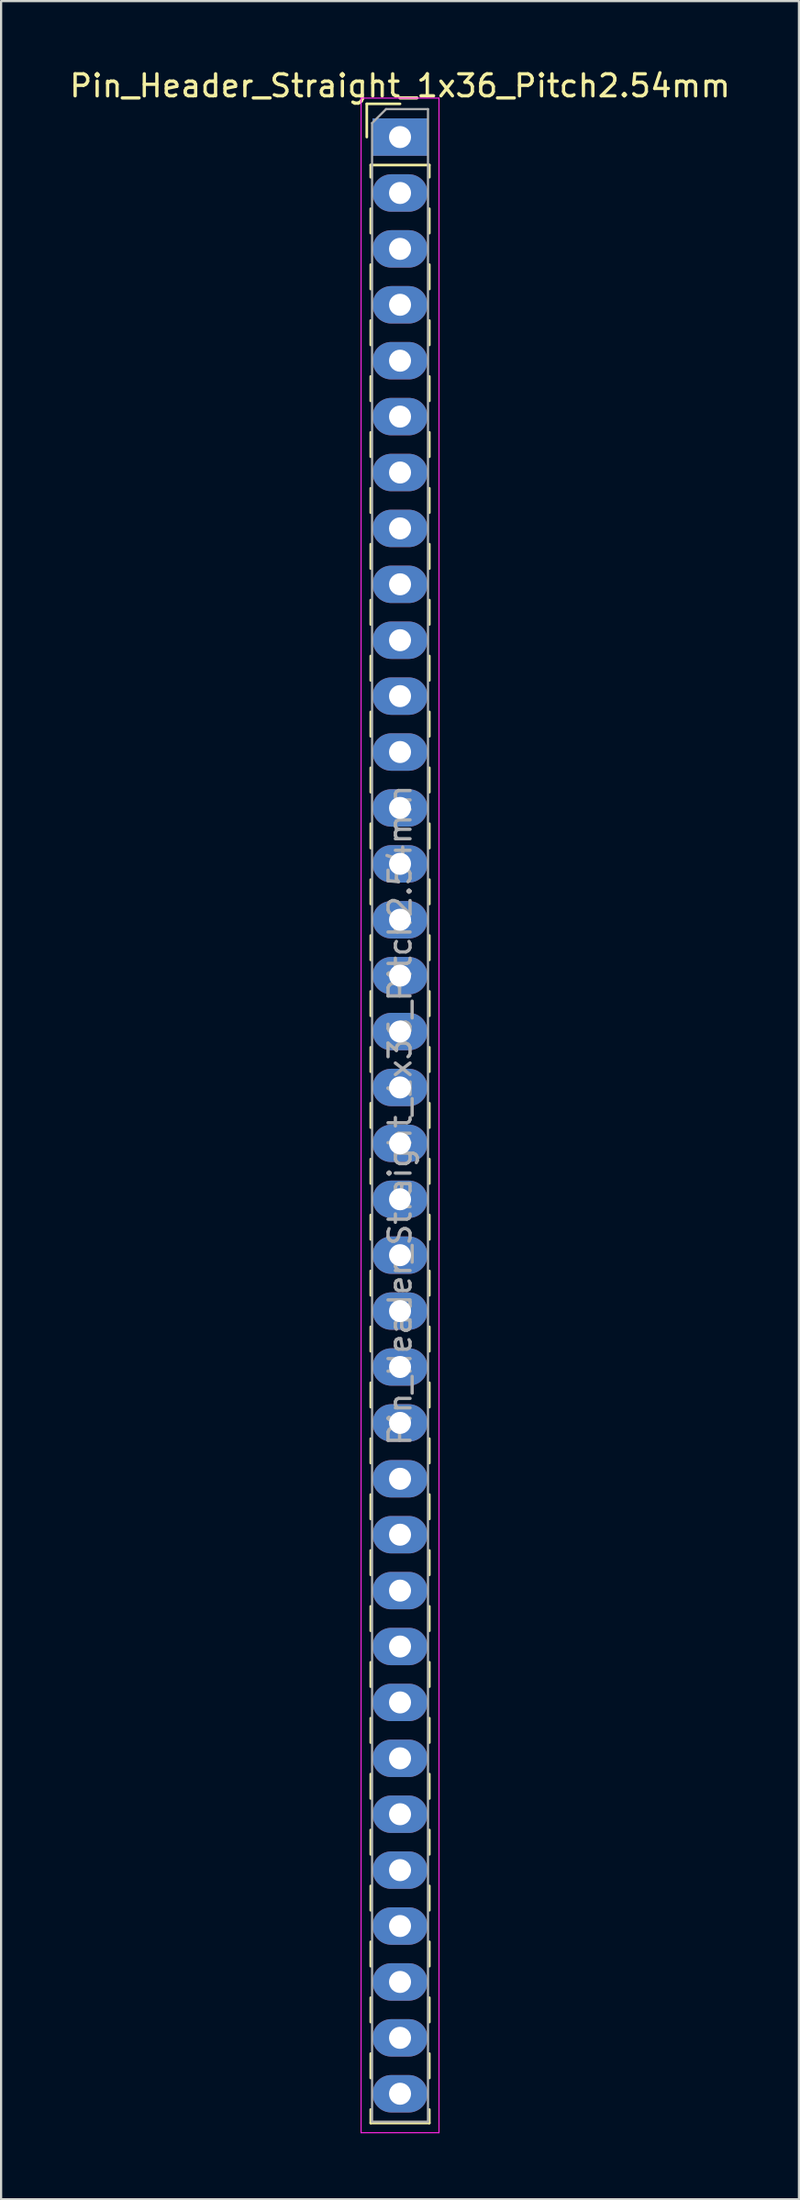
<source format=kicad_pcb>
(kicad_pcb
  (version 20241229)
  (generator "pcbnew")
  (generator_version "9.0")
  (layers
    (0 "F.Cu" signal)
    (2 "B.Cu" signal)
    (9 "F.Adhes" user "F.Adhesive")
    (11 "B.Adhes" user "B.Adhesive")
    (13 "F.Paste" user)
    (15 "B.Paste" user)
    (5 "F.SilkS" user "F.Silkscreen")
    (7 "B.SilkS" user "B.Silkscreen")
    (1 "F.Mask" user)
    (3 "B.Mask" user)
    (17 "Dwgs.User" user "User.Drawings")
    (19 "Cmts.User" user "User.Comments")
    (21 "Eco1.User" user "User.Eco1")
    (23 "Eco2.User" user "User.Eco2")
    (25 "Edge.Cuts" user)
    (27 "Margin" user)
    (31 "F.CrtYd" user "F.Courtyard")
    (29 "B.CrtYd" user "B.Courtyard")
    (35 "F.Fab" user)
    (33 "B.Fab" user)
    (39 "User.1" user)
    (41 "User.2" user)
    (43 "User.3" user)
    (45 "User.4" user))
  (footprint "Pin_Header_Straight_1x36_Pitch2.54mm"
    (layer "F.Cu")
    (at 15.125 3.178)
    (property "Reference" "Pin_Header_Straight_1x36_Pitch2.54mm" (at 0 -2.33 0) (layer "F.SilkS") (effects (font (size 1 1) (thickness 0.15))))
    (attr through_hole)
    (fp_line (start -1.51 -1.51) (end 0 -1.51) (stroke (width 0.12) (type solid)) (layer "F.SilkS"))
    (fp_line (start -1.51 0) (end -1.51 -1.51) (stroke (width 0.12) (type solid)) (layer "F.SilkS"))
    (fp_line (start -1.33 1.27) (end -1.33 1.825) (stroke (width 0.12) (type solid)) (layer "F.SilkS"))
    (fp_line (start -1.33 1.27) (end 1.33 1.27) (stroke (width 0.12) (type solid)) (layer "F.SilkS"))
    (fp_line (start -1.33 3.255) (end -1.33 4.365) (stroke (width 0.12) (type solid)) (layer "F.SilkS"))
    (fp_line (start -1.33 5.795) (end -1.33 6.905) (stroke (width 0.12) (type solid)) (layer "F.SilkS"))
    (fp_line (start -1.33 8.335) (end -1.33 9.445) (stroke (width 0.12) (type solid)) (layer "F.SilkS"))
    (fp_line (start -1.33 10.875) (end -1.33 11.985) (stroke (width 0.12) (type solid)) (layer "F.SilkS"))
    (fp_line (start -1.33 13.415) (end -1.33 14.525) (stroke (width 0.12) (type solid)) (layer "F.SilkS"))
    (fp_line (start -1.33 15.955) (end -1.33 17.065) (stroke (width 0.12) (type solid)) (layer "F.SilkS"))
    (fp_line (start -1.33 18.495) (end -1.33 19.605) (stroke (width 0.12) (type solid)) (layer "F.SilkS"))
    (fp_line (start -1.33 21.035) (end -1.33 22.145) (stroke (width 0.12) (type solid)) (layer "F.SilkS"))
    (fp_line (start -1.33 23.575) (end -1.33 24.685) (stroke (width 0.12) (type solid)) (layer "F.SilkS"))
    (fp_line (start -1.33 26.115) (end -1.33 27.225) (stroke (width 0.12) (type solid)) (layer "F.SilkS"))
    (fp_line (start -1.33 28.655) (end -1.33 29.765) (stroke (width 0.12) (type solid)) (layer "F.SilkS"))
    (fp_line (start -1.33 31.195) (end -1.33 32.305) (stroke (width 0.12) (type solid)) (layer "F.SilkS"))
    (fp_line (start -1.33 33.735) (end -1.33 34.845) (stroke (width 0.12) (type solid)) (layer "F.SilkS"))
    (fp_line (start -1.33 36.275) (end -1.33 37.385) (stroke (width 0.12) (type solid)) (layer "F.SilkS"))
    (fp_line (start -1.33 38.815) (end -1.33 39.925) (stroke (width 0.12) (type solid)) (layer "F.SilkS"))
    (fp_line (start -1.33 41.355) (end -1.33 42.465) (stroke (width 0.12) (type solid)) (layer "F.SilkS"))
    (fp_line (start -1.33 43.895) (end -1.33 45.005) (stroke (width 0.12) (type solid)) (layer "F.SilkS"))
    (fp_line (start -1.33 46.435) (end -1.33 47.545) (stroke (width 0.12) (type solid)) (layer "F.SilkS"))
    (fp_line (start -1.33 48.975) (end -1.33 50.085) (stroke (width 0.12) (type solid)) (layer "F.SilkS"))
    (fp_line (start -1.33 51.515) (end -1.33 52.625) (stroke (width 0.12) (type solid)) (layer "F.SilkS"))
    (fp_line (start -1.33 54.055) (end -1.33 55.165) (stroke (width 0.12) (type solid)) (layer "F.SilkS"))
    (fp_line (start -1.33 56.595) (end -1.33 57.705) (stroke (width 0.12) (type solid)) (layer "F.SilkS"))
    (fp_line (start -1.33 59.135) (end -1.33 60.245) (stroke (width 0.12) (type solid)) (layer "F.SilkS"))
    (fp_line (start -1.33 61.675) (end -1.33 62.785) (stroke (width 0.12) (type solid)) (layer "F.SilkS"))
    (fp_line (start -1.33 64.215) (end -1.33 65.325) (stroke (width 0.12) (type solid)) (layer "F.SilkS"))
    (fp_line (start -1.33 66.755) (end -1.33 67.865) (stroke (width 0.12) (type solid)) (layer "F.SilkS"))
    (fp_line (start -1.33 69.295) (end -1.33 70.405) (stroke (width 0.12) (type solid)) (layer "F.SilkS"))
    (fp_line (start -1.33 71.835) (end -1.33 72.945) (stroke (width 0.12) (type solid)) (layer "F.SilkS"))
    (fp_line (start -1.33 74.375) (end -1.33 75.485) (stroke (width 0.12) (type solid)) (layer "F.SilkS"))
    (fp_line (start -1.33 76.915) (end -1.33 78.025) (stroke (width 0.12) (type solid)) (layer "F.SilkS"))
    (fp_line (start -1.33 79.455) (end -1.33 80.565) (stroke (width 0.12) (type solid)) (layer "F.SilkS"))
    (fp_line (start -1.33 81.995) (end -1.33 83.105) (stroke (width 0.12) (type solid)) (layer "F.SilkS"))
    (fp_line (start -1.33 84.535) (end -1.33 85.645) (stroke (width 0.12) (type solid)) (layer "F.SilkS"))
    (fp_line (start -1.33 87.075) (end -1.33 88.185) (stroke (width 0.12) (type solid)) (layer "F.SilkS"))
    (fp_line (start -1.33 89.615) (end -1.33 90.23) (stroke (width 0.12) (type solid)) (layer "F.SilkS"))
    (fp_line (start -1.33 90.23) (end 1.33 90.23) (stroke (width 0.12) (type solid)) (layer "F.SilkS"))
    (fp_line (start 1.33 1.27) (end 1.33 1.825) (stroke (width 0.12) (type solid)) (layer "F.SilkS"))
    (fp_line (start 1.33 3.255) (end 1.33 4.365) (stroke (width 0.12) (type solid)) (layer "F.SilkS"))
    (fp_line (start 1.33 5.795) (end 1.33 6.905) (stroke (width 0.12) (type solid)) (layer "F.SilkS"))
    (fp_line (start 1.33 8.335) (end 1.33 9.445) (stroke (width 0.12) (type solid)) (layer "F.SilkS"))
    (fp_line (start 1.33 10.875) (end 1.33 11.985) (stroke (width 0.12) (type solid)) (layer "F.SilkS"))
    (fp_line (start 1.33 13.415) (end 1.33 14.525) (stroke (width 0.12) (type solid)) (layer "F.SilkS"))
    (fp_line (start 1.33 15.955) (end 1.33 17.065) (stroke (width 0.12) (type solid)) (layer "F.SilkS"))
    (fp_line (start 1.33 18.495) (end 1.33 19.605) (stroke (width 0.12) (type solid)) (layer "F.SilkS"))
    (fp_line (start 1.33 21.035) (end 1.33 22.145) (stroke (width 0.12) (type solid)) (layer "F.SilkS"))
    (fp_line (start 1.33 23.575) (end 1.33 24.685) (stroke (width 0.12) (type solid)) (layer "F.SilkS"))
    (fp_line (start 1.33 26.115) (end 1.33 27.225) (stroke (width 0.12) (type solid)) (layer "F.SilkS"))
    (fp_line (start 1.33 28.655) (end 1.33 29.765) (stroke (width 0.12) (type solid)) (layer "F.SilkS"))
    (fp_line (start 1.33 31.195) (end 1.33 32.305) (stroke (width 0.12) (type solid)) (layer "F.SilkS"))
    (fp_line (start 1.33 33.735) (end 1.33 34.845) (stroke (width 0.12) (type solid)) (layer "F.SilkS"))
    (fp_line (start 1.33 36.275) (end 1.33 37.385) (stroke (width 0.12) (type solid)) (layer "F.SilkS"))
    (fp_line (start 1.33 38.815) (end 1.33 39.925) (stroke (width 0.12) (type solid)) (layer "F.SilkS"))
    (fp_line (start 1.33 41.355) (end 1.33 42.465) (stroke (width 0.12) (type solid)) (layer "F.SilkS"))
    (fp_line (start 1.33 43.895) (end 1.33 45.005) (stroke (width 0.12) (type solid)) (layer "F.SilkS"))
    (fp_line (start 1.33 46.435) (end 1.33 47.545) (stroke (width 0.12) (type solid)) (layer "F.SilkS"))
    (fp_line (start 1.33 48.975) (end 1.33 50.085) (stroke (width 0.12) (type solid)) (layer "F.SilkS"))
    (fp_line (start 1.33 51.515) (end 1.33 52.625) (stroke (width 0.12) (type solid)) (layer "F.SilkS"))
    (fp_line (start 1.33 54.055) (end 1.33 55.165) (stroke (width 0.12) (type solid)) (layer "F.SilkS"))
    (fp_line (start 1.33 56.595) (end 1.33 57.705) (stroke (width 0.12) (type solid)) (layer "F.SilkS"))
    (fp_line (start 1.33 59.135) (end 1.33 60.245) (stroke (width 0.12) (type solid)) (layer "F.SilkS"))
    (fp_line (start 1.33 61.675) (end 1.33 62.785) (stroke (width 0.12) (type solid)) (layer "F.SilkS"))
    (fp_line (start 1.33 64.215) (end 1.33 65.325) (stroke (width 0.12) (type solid)) (layer "F.SilkS"))
    (fp_line (start 1.33 66.755) (end 1.33 67.865) (stroke (width 0.12) (type solid)) (layer "F.SilkS"))
    (fp_line (start 1.33 69.295) (end 1.33 70.405) (stroke (width 0.12) (type solid)) (layer "F.SilkS"))
    (fp_line (start 1.33 71.835) (end 1.33 72.945) (stroke (width 0.12) (type solid)) (layer "F.SilkS"))
    (fp_line (start 1.33 74.375) (end 1.33 75.485) (stroke (width 0.12) (type solid)) (layer "F.SilkS"))
    (fp_line (start 1.33 76.915) (end 1.33 78.025) (stroke (width 0.12) (type solid)) (layer "F.SilkS"))
    (fp_line (start 1.33 79.455) (end 1.33 80.565) (stroke (width 0.12) (type solid)) (layer "F.SilkS"))
    (fp_line (start 1.33 81.995) (end 1.33 83.105) (stroke (width 0.12) (type solid)) (layer "F.SilkS"))
    (fp_line (start 1.33 84.535) (end 1.33 85.645) (stroke (width 0.12) (type solid)) (layer "F.SilkS"))
    (fp_line (start 1.33 87.075) (end 1.33 88.185) (stroke (width 0.12) (type solid)) (layer "F.SilkS"))
    (fp_line (start 1.33 89.615) (end 1.33 90.23) (stroke (width 0.12) (type solid)) (layer "F.SilkS"))
    (fp_line (start -1.77 -1.77) (end -1.77 90.67) (stroke (width 0.05) (type solid)) (layer "F.CrtYd"))
    (fp_line (start -1.77 90.67) (end 1.77 90.67) (stroke (width 0.05) (type solid)) (layer "F.CrtYd"))
    (fp_line (start 1.77 -1.77) (end -1.77 -1.77) (stroke (width 0.05) (type solid)) (layer "F.CrtYd"))
    (fp_line (start 1.77 90.67) (end 1.77 -1.77) (stroke (width 0.05) (type solid)) (layer "F.CrtYd"))
    (fp_line (start -1.27 -0.635) (end -0.635 -1.27) (stroke (width 0.1) (type solid)) (layer "F.Fab"))
    (fp_line (start -1.27 90.17) (end -1.27 -0.635) (stroke (width 0.1) (type solid)) (layer "F.Fab"))
    (fp_line (start -0.635 -1.27) (end 1.27 -1.27) (stroke (width 0.1) (type solid)) (layer "F.Fab"))
    (fp_line (start 1.27 -1.27) (end 1.27 90.17) (stroke (width 0.1) (type solid)) (layer "F.Fab"))
    (fp_line (start 1.27 90.17) (end -1.27 90.17) (stroke (width 0.1) (type solid)) (layer "F.Fab"))
    (fp_text user "${REFERENCE}" (at 0 44.45 90) (layer "F.Fab") (effects (font (size 1 1) (thickness 0.15))))
    (pad "1" thru_hole rect (at 0 0) (size 2.5 1.7) (drill 1) (layers "*.Cu" "*.Mask"))
    (pad "2" thru_hole oval (at 0 2.54) (size 2.5 1.7) (drill 1) (layers "*.Cu" "*.Mask"))
    (pad "3" thru_hole oval (at 0 5.08) (size 2.5 1.7) (drill 1) (layers "*.Cu" "*.Mask"))
    (pad "4" thru_hole oval (at 0 7.62) (size 2.5 1.7) (drill 1) (layers "*.Cu" "*.Mask"))
    (pad "5" thru_hole oval (at 0 10.16) (size 2.5 1.7) (drill 1) (layers "*.Cu" "*.Mask"))
    (pad "6" thru_hole oval (at 0 12.7) (size 2.5 1.7) (drill 1) (layers "*.Cu" "*.Mask"))
    (pad "7" thru_hole oval (at 0 15.24) (size 2.5 1.7) (drill 1) (layers "*.Cu" "*.Mask"))
    (pad "8" thru_hole oval (at 0 17.78) (size 2.5 1.7) (drill 1) (layers "*.Cu" "*.Mask"))
    (pad "9" thru_hole oval (at 0 20.32) (size 2.5 1.7) (drill 1) (layers "*.Cu" "*.Mask"))
    (pad "10" thru_hole oval (at 0 22.86) (size 2.5 1.7) (drill 1) (layers "*.Cu" "*.Mask"))
    (pad "11" thru_hole oval (at 0 25.4) (size 2.5 1.7) (drill 1) (layers "*.Cu" "*.Mask"))
    (pad "12" thru_hole oval (at 0 27.94) (size 2.5 1.7) (drill 1) (layers "*.Cu" "*.Mask"))
    (pad "13" thru_hole oval (at 0 30.48) (size 2.5 1.7) (drill 1) (layers "*.Cu" "*.Mask"))
    (pad "14" thru_hole oval (at 0 33.02) (size 2.5 1.7) (drill 1) (layers "*.Cu" "*.Mask"))
    (pad "15" thru_hole oval (at 0 35.56) (size 2.5 1.7) (drill 1) (layers "*.Cu" "*.Mask"))
    (pad "16" thru_hole oval (at 0 38.1) (size 2.5 1.7) (drill 1) (layers "*.Cu" "*.Mask"))
    (pad "17" thru_hole oval (at 0 40.64) (size 2.5 1.7) (drill 1) (layers "*.Cu" "*.Mask"))
    (pad "18" thru_hole oval (at 0 43.18) (size 2.5 1.7) (drill 1) (layers "*.Cu" "*.Mask"))
    (pad "19" thru_hole oval (at 0 45.72) (size 2.5 1.7) (drill 1) (layers "*.Cu" "*.Mask"))
    (pad "20" thru_hole oval (at 0 48.26) (size 2.5 1.7) (drill 1) (layers "*.Cu" "*.Mask"))
    (pad "21" thru_hole oval (at 0 50.8) (size 2.5 1.7) (drill 1) (layers "*.Cu" "*.Mask"))
    (pad "22" thru_hole oval (at 0 53.34) (size 2.5 1.7) (drill 1) (layers "*.Cu" "*.Mask"))
    (pad "23" thru_hole oval (at 0 55.88) (size 2.5 1.7) (drill 1) (layers "*.Cu" "*.Mask"))
    (pad "24" thru_hole oval (at 0 58.42) (size 2.5 1.7) (drill 1) (layers "*.Cu" "*.Mask"))
    (pad "25" thru_hole oval (at 0 60.96) (size 2.5 1.7) (drill 1) (layers "*.Cu" "*.Mask"))
    (pad "26" thru_hole oval (at 0 63.5) (size 2.5 1.7) (drill 1) (layers "*.Cu" "*.Mask"))
    (pad "27" thru_hole oval (at 0 66.04) (size 2.5 1.7) (drill 1) (layers "*.Cu" "*.Mask"))
    (pad "28" thru_hole oval (at 0 68.58) (size 2.5 1.7) (drill 1) (layers "*.Cu" "*.Mask"))
    (pad "29" thru_hole oval (at 0 71.12) (size 2.5 1.7) (drill 1) (layers "*.Cu" "*.Mask"))
    (pad "30" thru_hole oval (at 0 73.66) (size 2.5 1.7) (drill 1) (layers "*.Cu" "*.Mask"))
    (pad "31" thru_hole oval (at 0 76.2) (size 2.5 1.7) (drill 1) (layers "*.Cu" "*.Mask"))
    (pad "32" thru_hole oval (at 0 78.74) (size 2.5 1.7) (drill 1) (layers "*.Cu" "*.Mask"))
    (pad "33" thru_hole oval (at 0 81.28) (size 2.5 1.7) (drill 1) (layers "*.Cu" "*.Mask"))
    (pad "34" thru_hole oval (at 0 83.82) (size 2.5 1.7) (drill 1) (layers "*.Cu" "*.Mask"))
    (pad "35" thru_hole oval (at 0 86.36) (size 2.5 1.7) (drill 1) (layers "*.Cu" "*.Mask"))
    (pad "36" thru_hole oval (at 0 88.9) (size 2.5 1.7) (drill 1) (layers "*.Cu" "*.Mask")))
  (gr_rect
    (start -3 -3)
    (end 33.25 96.873)
    (stroke (width 0.1) (type default))
    (fill no)
    (layer "Edge.Cuts")))
</source>
